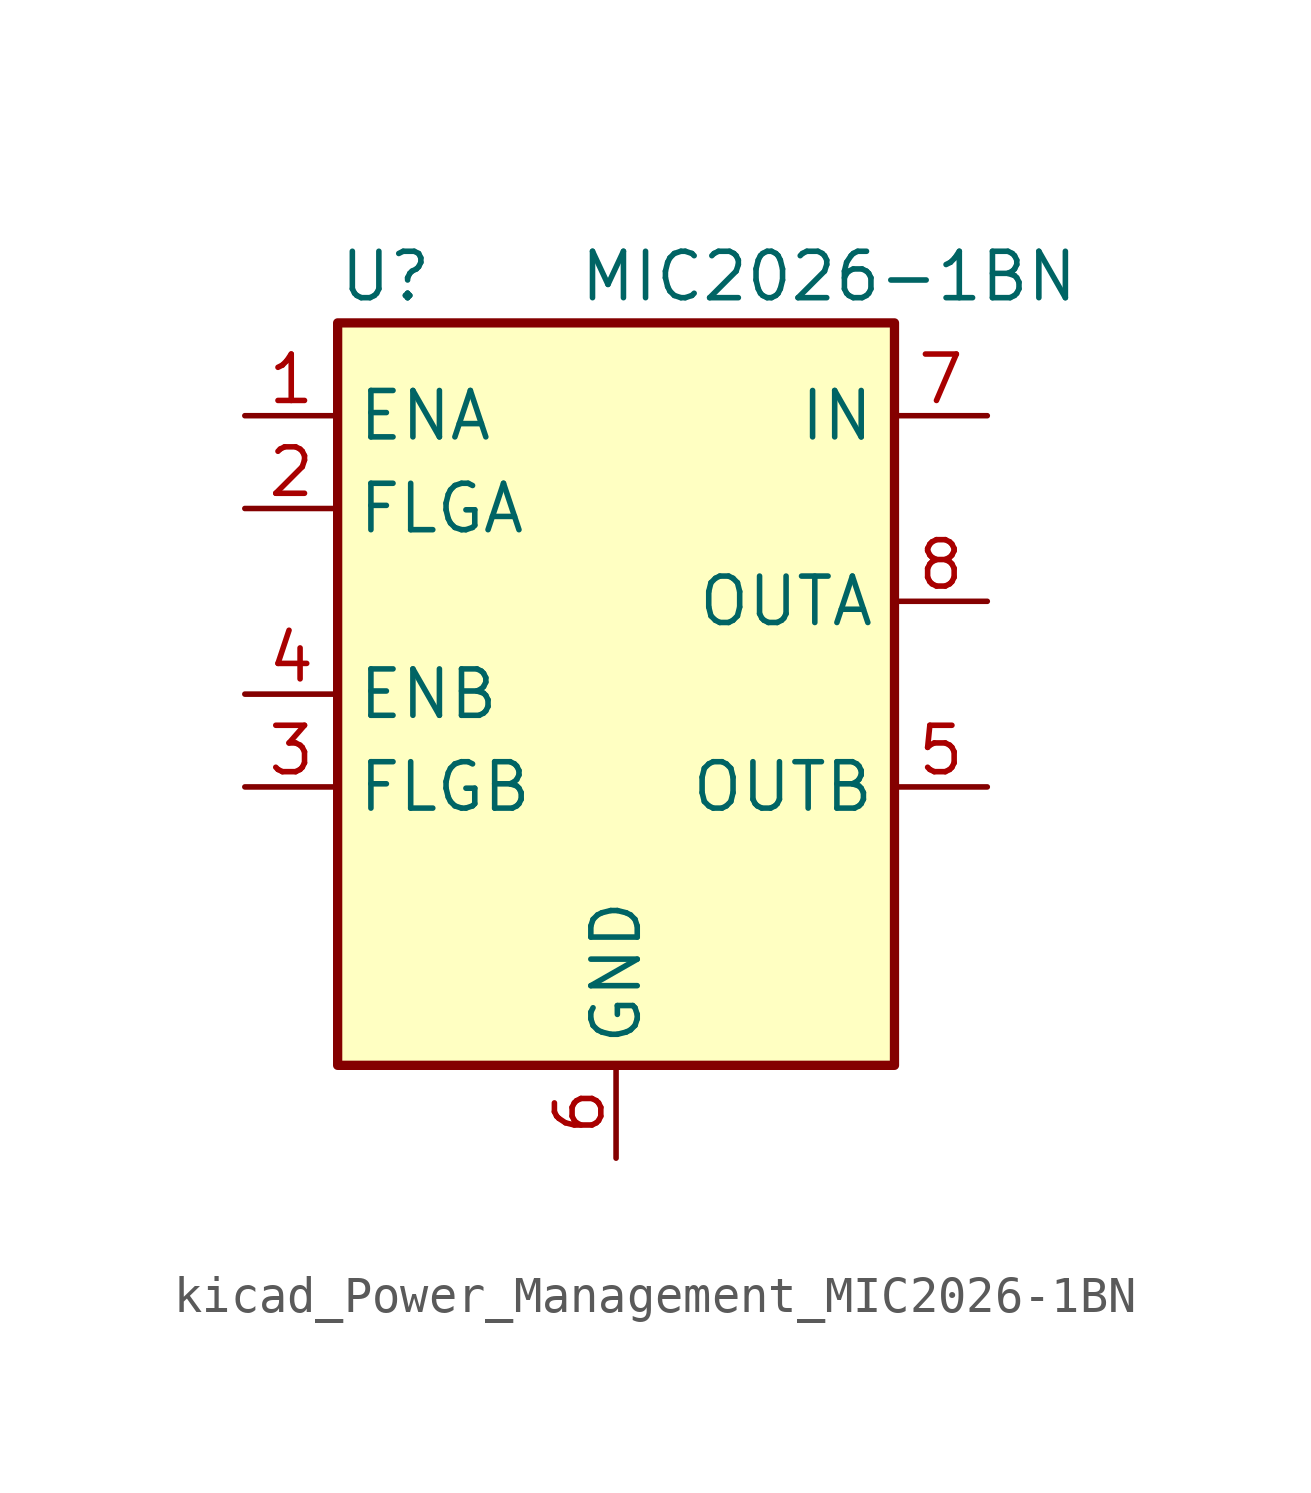
<source format=kicad_sym>
(kicad_symbol_lib
  (version 20220914)
  (generator kicad_symbol_editor)
  (symbol "kicad_Power_Management_MIC2026-1BN"
    (property "Reference" "U"
      (at -7.62 11.43 0)
      (effects (font (size 1.27 1.27)) (justify left)))
    (property "Value" "MIC2026-1BN"
      (at 12.7 11.43 0)
      (effects (font (size 1.27 1.27)) (justify right)))
    (symbol "kicad_Power_Management_MIC2026-1BN_0_1"
      (rectangle (start -7.62 -10.16) (end 7.62 10.16) (stroke (width 0.254) (type default)) (fill (type background))))
    (symbol "kicad_Power_Management_MIC2026-1BN_1_1"
      (pin input line (at -10.16 7.62 0) (length 2.54) (name "ENA" (effects (font (size 1.27 1.27)))) (number "1" (effects (font (size 1.27 1.27)))))
      (pin output line (at -10.16 5.08 0) (length 2.54) (name "FLGA" (effects (font (size 1.27 1.27)))) (number "2" (effects (font (size 1.27 1.27)))))
      (pin output line (at -10.16 -2.54 0) (length 2.54) (name "FLGB" (effects (font (size 1.27 1.27)))) (number "3" (effects (font (size 1.27 1.27)))))
      (pin input line (at -10.16 0 0) (length 2.54) (name "ENB" (effects (font (size 1.27 1.27)))) (number "4" (effects (font (size 1.27 1.27)))))
      (pin power_out line (at 10.16 -2.54 180) (length 2.54) (name "OUTB" (effects (font (size 1.27 1.27)))) (number "5" (effects (font (size 1.27 1.27)))))
      (pin power_in line (at 0 -12.7 90) (length 2.54) (name "GND" (effects (font (size 1.27 1.27)))) (number "6" (effects (font (size 1.27 1.27)))))
      (pin power_in line (at 10.16 7.62 180) (length 2.54) (name "IN" (effects (font (size 1.27 1.27)))) (number "7" (effects (font (size 1.27 1.27)))))
      (pin power_out line (at 10.16 2.54 180) (length 2.54) (name "OUTA" (effects (font (size 1.27 1.27)))) (number "8" (effects (font (size 1.27 1.27))))))))
</source>
